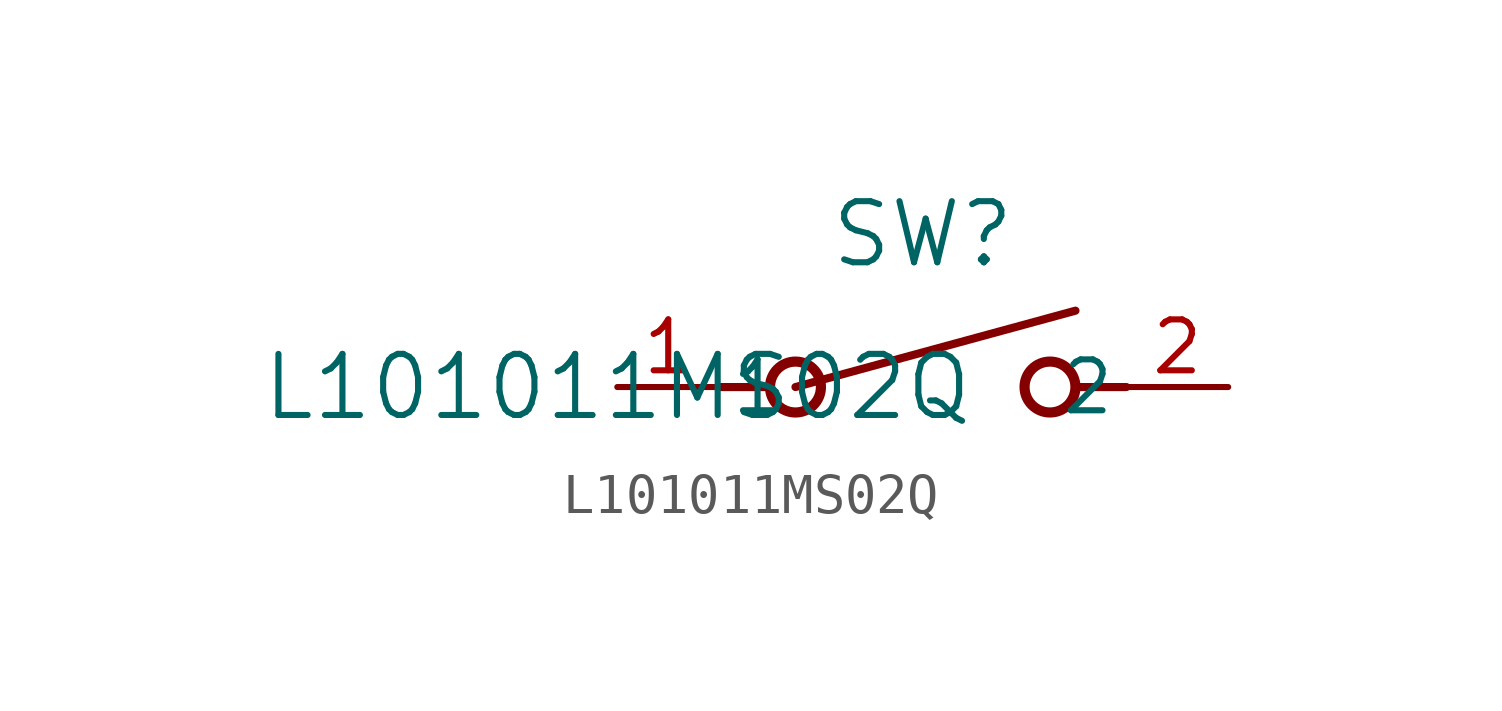
<source format=kicad_sym>
(kicad_symbol_lib
  (version 20211014)
  (generator kicad_symbol_editor)
  (symbol "L101011MS02Q"
    (pin_names
      (offset 0.254))
    (property "Reference" "SW"
      (at 7.62 3.81 0)
      (effects (font (size 1.524 1.524))))
    (property "Value" "L101011MS02Q"
      (at 0 0 0)
      (effects (font (size 1.524 1.524))))
    (symbol "L101011MS02Q_0_1"
      (polyline (pts (xy 2.54 0) (xy 3.81 0)) (stroke (width 0.203) (type default) (color 0 0 0 0)) (fill (type none)))
      (circle (center 10.795 0) (radius 0.635) (stroke (width 0.254) (type default) (color 0 0 0 0)) (fill (type none)))
      (circle (center 4.445 0) (radius 0.635) (stroke (width 0.254) (type default) (color 0 0 0 0)) (fill (type none)))
      (polyline (pts (xy 12.7 0) (xy 11.43 0)) (stroke (width 0.203) (type default) (color 0 0 0 0)) (fill (type none)))
      (polyline (pts (xy 4.445 0) (xy 11.43 1.905)) (stroke (width 0.203) (type default) (color 0 0 0 0)) (fill (type none)))
      (pin unspecified line (at 0 0 0) (length 2.54) (name "1" (effects (font (size 1.27 1.27)))) (number "1" (effects (font (size 1.27 1.27)))))
      (pin unspecified line (at 15.24 0 180) (length 2.54) (name "2" (effects (font (size 1.27 1.27)))) (number "2" (effects (font (size 1.27 1.27))))))))
</source>
